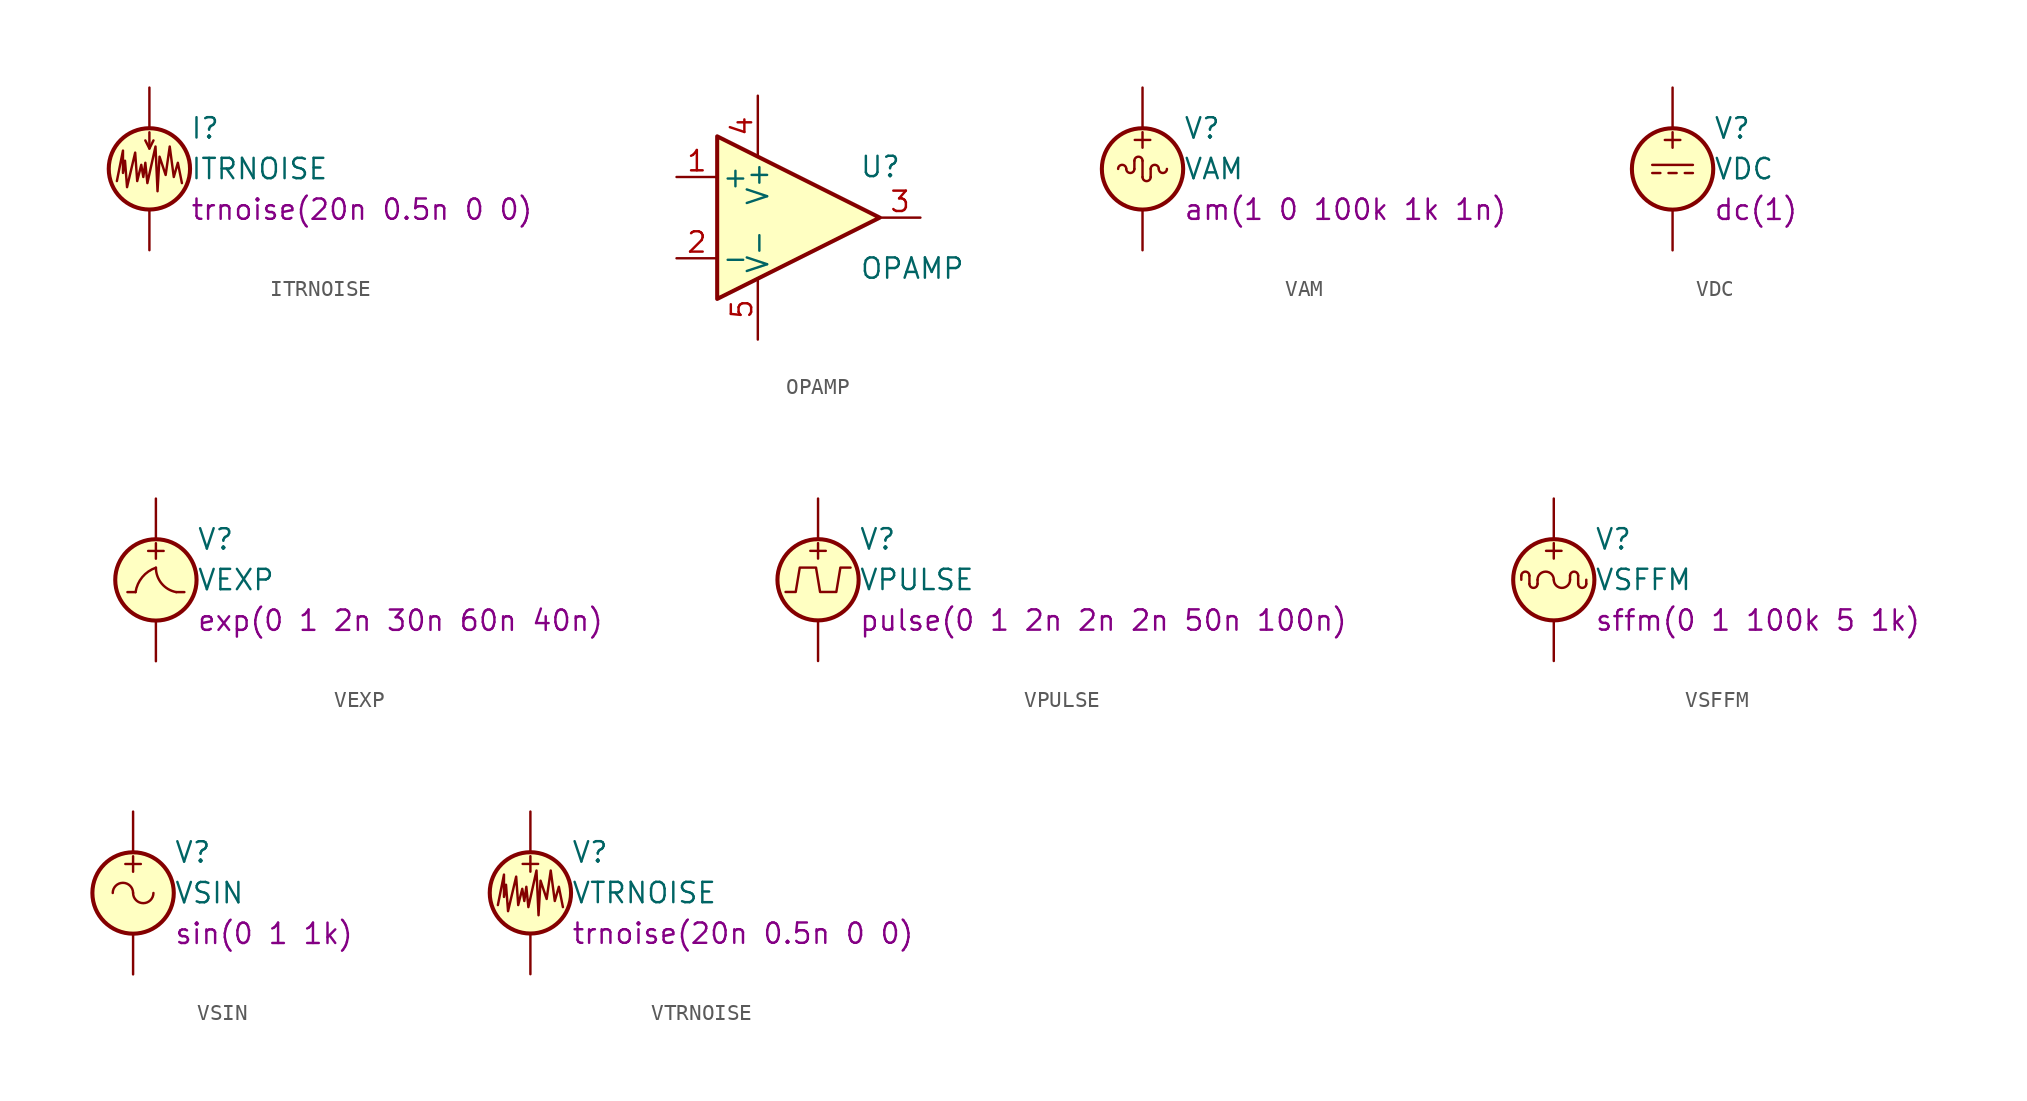
<source format=kicad_sym>
(kicad_symbol_lib
  (version 20201005)
  (generator kicad_symbol_editor)
  (symbol "Simulation_SPICE:ITRNOISE"
    (pin_numbers hide)
    (pin_names
      (offset 0.025))
    (property "Reference" "I"
      (at 2.54 2.54 0)
      (effects (font (size 1.27 1.27)) (justify left)))
    (property "Value" "ITRNOISE"
      (at 2.54 0 0)
      (effects (font (size 1.27 1.27)) (justify left)))
    (property "Spice_Model" "trnoise(20n 0.5n 0 0)"
      (at 2.54 -2.54 0)
      (effects (font (size 1.27 1.27)) (justify left)))
    (symbol "ITRNOISE_0_1"
      (circle (center 0 0) (radius 2.54) (stroke (width 0.254)) (fill (type background)))
      (polyline (pts (xy 0 1.27) (xy 0 2.286)) (stroke (width 0)) (fill (type none)))
      (polyline (pts (xy -0.254 1.778) (xy 0 1.27) (xy 0.254 1.778)) (stroke (width 0)) (fill (type none)))
      (polyline (pts (xy -2.032 -0.762) (xy -1.651 1.143) (xy -1.651 -0.254) (xy -1.524 0.508) (xy -1.397 -1.143) (xy -0.889 1.016) (xy -0.762 -0.762) (xy -0.508 0.254) (xy -0.381 -0.508) (xy -0.254 0.381) (xy -0.127 -0.889) (xy 0.381 1.397) (xy 0.508 -1.397) (xy 0.635 0.762) (xy 1.016 -0.381) (xy 1.27 1.397) (xy 1.524 -0.508) (xy 1.778 0.381) (xy 2.032 -0.889)) (stroke (width 0)) (fill (type none))))
    (symbol "ITRNOISE_1_1"
      (pin passive line (at 0 5.08 270) (length 2.54) (name "~" (effects (font (size 1.27 1.27)))) (number "1" (effects (font (size 1.27 1.27)))))
      (pin passive line (at 0 -5.08 90) (length 2.54) (name "~" (effects (font (size 1.27 1.27)))) (number "2" (effects (font (size 1.27 1.27)))))))
  (symbol "Simulation_SPICE:OPAMP"
    (pin_names
      (offset 0.254))
    (property "Reference" "U"
      (at 3.81 3.175 0)
      (effects (font (size 1.27 1.27)) (justify left)))
    (property "Value" "OPAMP"
      (at 3.81 -3.175 0)
      (effects (font (size 1.27 1.27)) (justify left)))
    (symbol "OPAMP_0_1"
      (polyline (pts (xy 5.08 0) (xy -5.08 5.08) (xy -5.08 -5.08) (xy 5.08 0)) (stroke (width 0.254)) (fill (type background))))
    (symbol "OPAMP_1_1"
      (pin input line (at -7.62 2.54 0) (length 2.54) (name "+" (effects (font (size 1.27 1.27)))) (number "1" (effects (font (size 1.27 1.27)))))
      (pin input line (at -7.62 -2.54 0) (length 2.54) (name "-" (effects (font (size 1.27 1.27)))) (number "2" (effects (font (size 1.27 1.27)))))
      (pin output line (at 7.62 0 180) (length 2.54) (name "~" (effects (font (size 1.27 1.27)))) (number "3" (effects (font (size 1.27 1.27)))))
      (pin power_in line (at -2.54 7.62 270) (length 3.81) (name "V+" (effects (font (size 1.27 1.27)))) (number "4" (effects (font (size 1.27 1.27)))))
      (pin power_in line (at -2.54 -7.62 90) (length 3.81) (name "V-" (effects (font (size 1.27 1.27)))) (number "5" (effects (font (size 1.27 1.27)))))))
  (symbol "Simulation_SPICE:VAM"
    (pin_numbers hide)
    (pin_names
      (offset 0.025))
    (property "Reference" "V"
      (at 2.54 2.54 0)
      (effects (font (size 1.27 1.27)) (justify left)))
    (property "Value" "VAM"
      (at 2.54 0 0)
      (effects (font (size 1.27 1.27)) (justify left)))
    (property "Spice_Model" "am(1 0 100k 1k 1n)"
      (at 2.54 -2.54 0)
      (effects (font (size 1.27 1.27)) (justify left)))
    (symbol "VAM_0_0"
      (arc (start 0 0.508) (end -0.508 0.508) (radius (at -0.254 0.508) (length 0.254) (angles 0.1 180)) (stroke (width 0)) (fill (type none)))
      (text "+" (at 0 1.905 0) (effects (font (size 1.27 1.27)))))
    (symbol "VAM_0_1"
      (arc (start -1.016 0) (end -1.524 0) (radius (at -1.27 0) (length 0.254) (angles 0.1 180)) (stroke (width 0)) (fill (type none)))
      (arc (start -1.016 0) (end -0.508 0) (radius (at -0.762 0) (length 0.254) (angles 180 -0.1)) (stroke (width 0)) (fill (type none)))
      (arc (start 0 -0.508) (end 0.508 -0.508) (radius (at 0.254 -0.508) (length 0.254) (angles 180 -0.1)) (stroke (width 0)) (fill (type none)))
      (arc (start 1.016 0) (end 0.508 0) (radius (at 0.762 0) (length 0.254) (angles 0.1 180)) (stroke (width 0)) (fill (type none)))
      (arc (start 1.016 0) (end 1.524 0) (radius (at 1.27 0) (length 0.254) (angles 180 -0.1)) (stroke (width 0)) (fill (type none)))
      (circle (center 0 0) (radius 2.54) (stroke (width 0.254)) (fill (type background)))
      (polyline (pts (xy -0.508 0.508) (xy -0.508 0)) (stroke (width 0)) (fill (type none)))
      (polyline (pts (xy 0 0.508) (xy 0 -0.508)) (stroke (width 0)) (fill (type none)))
      (polyline (pts (xy 0.508 -0.508) (xy 0.508 0)) (stroke (width 0)) (fill (type none))))
    (symbol "VAM_1_1"
      (pin passive line (at 0 5.08 270) (length 2.54) (name "~" (effects (font (size 1.27 1.27)))) (number "1" (effects (font (size 1.27 1.27)))))
      (pin passive line (at 0 -5.08 90) (length 2.54) (name "~" (effects (font (size 1.27 1.27)))) (number "2" (effects (font (size 1.27 1.27)))))))
  (symbol "Simulation_SPICE:VDC"
    (pin_numbers hide)
    (pin_names
      (offset 0.025))
    (property "Reference" "V"
      (at 2.54 2.54 0)
      (effects (font (size 1.27 1.27)) (justify left)))
    (property "Value" "VDC"
      (at 2.54 0 0)
      (effects (font (size 1.27 1.27)) (justify left)))
    (property "Spice_Model" "dc(1)"
      (at 2.54 -2.54 0)
      (effects (font (size 1.27 1.27)) (justify left)))
    (symbol "VDC_0_0"
      (text "+" (at 0 1.905 0) (effects (font (size 1.27 1.27))))
      (polyline (pts (xy -1.27 0.254) (xy 1.27 0.254)) (stroke (width 0)) (fill (type none)))
      (polyline (pts (xy -0.762 -0.254) (xy -1.27 -0.254)) (stroke (width 0)) (fill (type none)))
      (polyline (pts (xy 0.254 -0.254) (xy -0.254 -0.254)) (stroke (width 0)) (fill (type none)))
      (polyline (pts (xy 1.27 -0.254) (xy 0.762 -0.254)) (stroke (width 0)) (fill (type none))))
    (symbol "VDC_0_1"
      (circle (center 0 0) (radius 2.54) (stroke (width 0.254)) (fill (type background))))
    (symbol "VDC_1_1"
      (pin passive line (at 0 5.08 270) (length 2.54) (name "~" (effects (font (size 1.27 1.27)))) (number "1" (effects (font (size 1.27 1.27)))))
      (pin passive line (at 0 -5.08 90) (length 2.54) (name "~" (effects (font (size 1.27 1.27)))) (number "2" (effects (font (size 1.27 1.27)))))))
  (symbol "Simulation_SPICE:VEXP"
    (pin_numbers hide)
    (pin_names
      (offset 0.025))
    (property "Reference" "V"
      (at 2.54 2.54 0)
      (effects (font (size 1.27 1.27)) (justify left)))
    (property "Value" "VEXP"
      (at 2.54 0 0)
      (effects (font (size 1.27 1.27)) (justify left)))
    (property "Spice_Model" "exp(0 1 2n 30n 60n 40n)"
      (at 2.54 -2.54 0)
      (effects (font (size 1.27 1.27)) (justify left)))
    (symbol "VEXP_0_0"
      (arc (start 0 0.762) (end -1.27 -0.762) (radius (at 0.6096 -1.0414) (length 1.905) (angles 108.7 171.5)) (stroke (width 0)) (fill (type none)))
      (arc (start 0 0.762) (end 1.27 -0.762) (radius (at 1.5494 0.762) (length 1.5494) (angles 180 -100.4)) (stroke (width 0)) (fill (type none)))
      (text "+" (at 0 1.905 0) (effects (font (size 1.27 1.27))))
      (polyline (pts (xy -1.27 -0.762) (xy -1.778 -0.762)) (stroke (width 0)) (fill (type none)))
      (polyline (pts (xy 1.27 -0.762) (xy 1.778 -0.762)) (stroke (width 0)) (fill (type none))))
    (symbol "VEXP_0_1"
      (circle (center 0 0) (radius 2.54) (stroke (width 0.254)) (fill (type background))))
    (symbol "VEXP_1_1"
      (pin passive line (at 0 5.08 270) (length 2.54) (name "~" (effects (font (size 1.27 1.27)))) (number "1" (effects (font (size 1.27 1.27)))))
      (pin passive line (at 0 -5.08 90) (length 2.54) (name "~" (effects (font (size 1.27 1.27)))) (number "2" (effects (font (size 1.27 1.27)))))))
  (symbol "Simulation_SPICE:VPULSE"
    (pin_numbers hide)
    (pin_names
      (offset 0.025))
    (property "Reference" "V"
      (at 2.54 2.54 0)
      (effects (font (size 1.27 1.27)) (justify left)))
    (property "Value" "VPULSE"
      (at 2.54 0 0)
      (effects (font (size 1.27 1.27)) (justify left)))
    (property "Spice_Model" "pulse(0 1 2n 2n 2n 50n 100n)"
      (at 2.54 -2.54 0)
      (effects (font (size 1.27 1.27)) (justify left)))
    (symbol "VPULSE_0_0"
      (text "+" (at 0 1.905 0) (effects (font (size 1.27 1.27))))
      (polyline (pts (xy -2.032 -0.762) (xy -1.397 -0.762) (xy -1.143 0.762) (xy -0.127 0.762) (xy 0.127 -0.762) (xy 1.143 -0.762) (xy 1.397 0.762) (xy 2.032 0.762)) (stroke (width 0)) (fill (type none))))
    (symbol "VPULSE_0_1"
      (circle (center 0 0) (radius 2.54) (stroke (width 0.254)) (fill (type background))))
    (symbol "VPULSE_1_1"
      (pin passive line (at 0 5.08 270) (length 2.54) (name "~" (effects (font (size 1.27 1.27)))) (number "1" (effects (font (size 1.27 1.27)))))
      (pin passive line (at 0 -5.08 90) (length 2.54) (name "~" (effects (font (size 1.27 1.27)))) (number "2" (effects (font (size 1.27 1.27)))))))
  (symbol "Simulation_SPICE:VSFFM"
    (pin_numbers hide)
    (pin_names
      (offset 0.025))
    (property "Reference" "V"
      (at 2.54 2.54 0)
      (effects (font (size 1.27 1.27)) (justify left)))
    (property "Value" "VSFFM"
      (at 2.54 0 0)
      (effects (font (size 1.27 1.27)) (justify left)))
    (property "Spice_Model" "sffm(0 1 100k 5 1k)"
      (at 2.54 -2.54 0)
      (effects (font (size 1.27 1.27)) (justify left)))
    (symbol "VSFFM_0_0"
      (text "+" (at 0 1.905 0) (effects (font (size 1.27 1.27)))))
    (symbol "VSFFM_0_1"
      (arc (start -1.524 0.254) (end -2.032 0.254) (radius (at -1.778 0.254) (length 0.254) (angles 0.1 180)) (stroke (width 0)) (fill (type none)))
      (arc (start -1.524 -0.254) (end -1.016 -0.254) (radius (at -1.27 -0.254) (length 0.254) (angles 180 -0.1)) (stroke (width 0)) (fill (type none)))
      (arc (start 0 0) (end -1.016 0) (radius (at -0.508 0) (length 0.508) (angles 0.1 180)) (stroke (width 0)) (fill (type none)))
      (arc (start 0 0) (end 1.016 0) (radius (at 0.508 0) (length 0.508) (angles 180 -0.1)) (stroke (width 0)) (fill (type none)))
      (arc (start 1.524 0.254) (end 1.016 0.254) (radius (at 1.27 0.254) (length 0.254) (angles 0.1 180)) (stroke (width 0)) (fill (type none)))
      (arc (start 1.524 -0.254) (end 2.032 -0.254) (radius (at 1.778 -0.254) (length 0.254) (angles 180 -0.1)) (stroke (width 0)) (fill (type none)))
      (circle (center 0 0) (radius 2.54) (stroke (width 0.254)) (fill (type background)))
      (polyline (pts (xy -2.032 0.254) (xy -2.032 0)) (stroke (width 0)) (fill (type none)))
      (polyline (pts (xy -1.524 -0.254) (xy -1.524 0.254)) (stroke (width 0)) (fill (type none)))
      (polyline (pts (xy -1.016 0) (xy -1.016 -0.254)) (stroke (width 0)) (fill (type none)))
      (polyline (pts (xy 1.016 0.254) (xy 1.016 0)) (stroke (width 0)) (fill (type none)))
      (polyline (pts (xy 1.524 0.254) (xy 1.524 -0.254)) (stroke (width 0)) (fill (type none)))
      (polyline (pts (xy 2.032 -0.254) (xy 2.032 0)) (stroke (width 0)) (fill (type none))))
    (symbol "VSFFM_1_1"
      (pin passive line (at 0 5.08 270) (length 2.54) (name "~" (effects (font (size 1.27 1.27)))) (number "1" (effects (font (size 1.27 1.27)))))
      (pin passive line (at 0 -5.08 90) (length 2.54) (name "~" (effects (font (size 1.27 1.27)))) (number "2" (effects (font (size 1.27 1.27)))))))
  (symbol "Simulation_SPICE:VSIN"
    (pin_numbers hide)
    (pin_names
      (offset 0.025))
    (property "Reference" "V"
      (at 2.54 2.54 0)
      (effects (font (size 1.27 1.27)) (justify left)))
    (property "Value" "VSIN"
      (at 2.54 0 0)
      (effects (font (size 1.27 1.27)) (justify left)))
    (property "Spice_Model" "sin(0 1 1k)"
      (at 2.54 -2.54 0)
      (effects (font (size 1.27 1.27)) (justify left)))
    (symbol "VSIN_0_0"
      (arc (start 0 0) (end -1.27 0) (radius (at -0.635 0) (length 0.635) (angles 0.1 180)) (stroke (width 0)) (fill (type none)))
      (arc (start 0 0) (end 1.27 0) (radius (at 0.635 0) (length 0.635) (angles 180 -0.1)) (stroke (width 0)) (fill (type none)))
      (text "+" (at 0 1.905 0) (effects (font (size 1.27 1.27)))))
    (symbol "VSIN_0_1"
      (circle (center 0 0) (radius 2.54) (stroke (width 0.254)) (fill (type background))))
    (symbol "VSIN_1_1"
      (pin passive line (at 0 5.08 270) (length 2.54) (name "~" (effects (font (size 1.27 1.27)))) (number "1" (effects (font (size 1.27 1.27)))))
      (pin passive line (at 0 -5.08 90) (length 2.54) (name "~" (effects (font (size 1.27 1.27)))) (number "2" (effects (font (size 1.27 1.27)))))))
  (symbol "Simulation_SPICE:VTRNOISE"
    (pin_numbers hide)
    (pin_names
      (offset 0.025))
    (property "Reference" "V"
      (at 2.54 2.54 0)
      (effects (font (size 1.27 1.27)) (justify left)))
    (property "Value" "VTRNOISE"
      (at 2.54 0 0)
      (effects (font (size 1.27 1.27)) (justify left)))
    (property "Spice_Model" "trnoise(20n 0.5n 0 0)"
      (at 2.54 -2.54 0)
      (effects (font (size 1.27 1.27)) (justify left)))
    (symbol "VTRNOISE_0_0"
      (text "+" (at 0 1.905 0) (effects (font (size 1.27 1.27)))))
    (symbol "VTRNOISE_0_1"
      (circle (center 0 0) (radius 2.54) (stroke (width 0.254)) (fill (type background)))
      (polyline (pts (xy -2.032 -0.762) (xy -1.651 1.143) (xy -1.651 -0.254) (xy -1.524 0.508) (xy -1.397 -1.143) (xy -0.889 1.016) (xy -0.762 -0.762) (xy -0.508 0.254) (xy -0.381 -0.508) (xy -0.254 0.381) (xy -0.127 -0.889) (xy 0.381 1.397) (xy 0.508 -1.397) (xy 0.635 0.762) (xy 1.016 -0.381) (xy 1.27 1.397) (xy 1.524 -0.508) (xy 1.778 0.381) (xy 2.032 -0.889)) (stroke (width 0)) (fill (type none))))
    (symbol "VTRNOISE_1_1"
      (pin passive line (at 0 5.08 270) (length 2.54) (name "~" (effects (font (size 1.27 1.27)))) (number "1" (effects (font (size 1.27 1.27)))))
      (pin passive line (at 0 -5.08 90) (length 2.54) (name "~" (effects (font (size 1.27 1.27)))) (number "2" (effects (font (size 1.27 1.27))))))))
</source>
